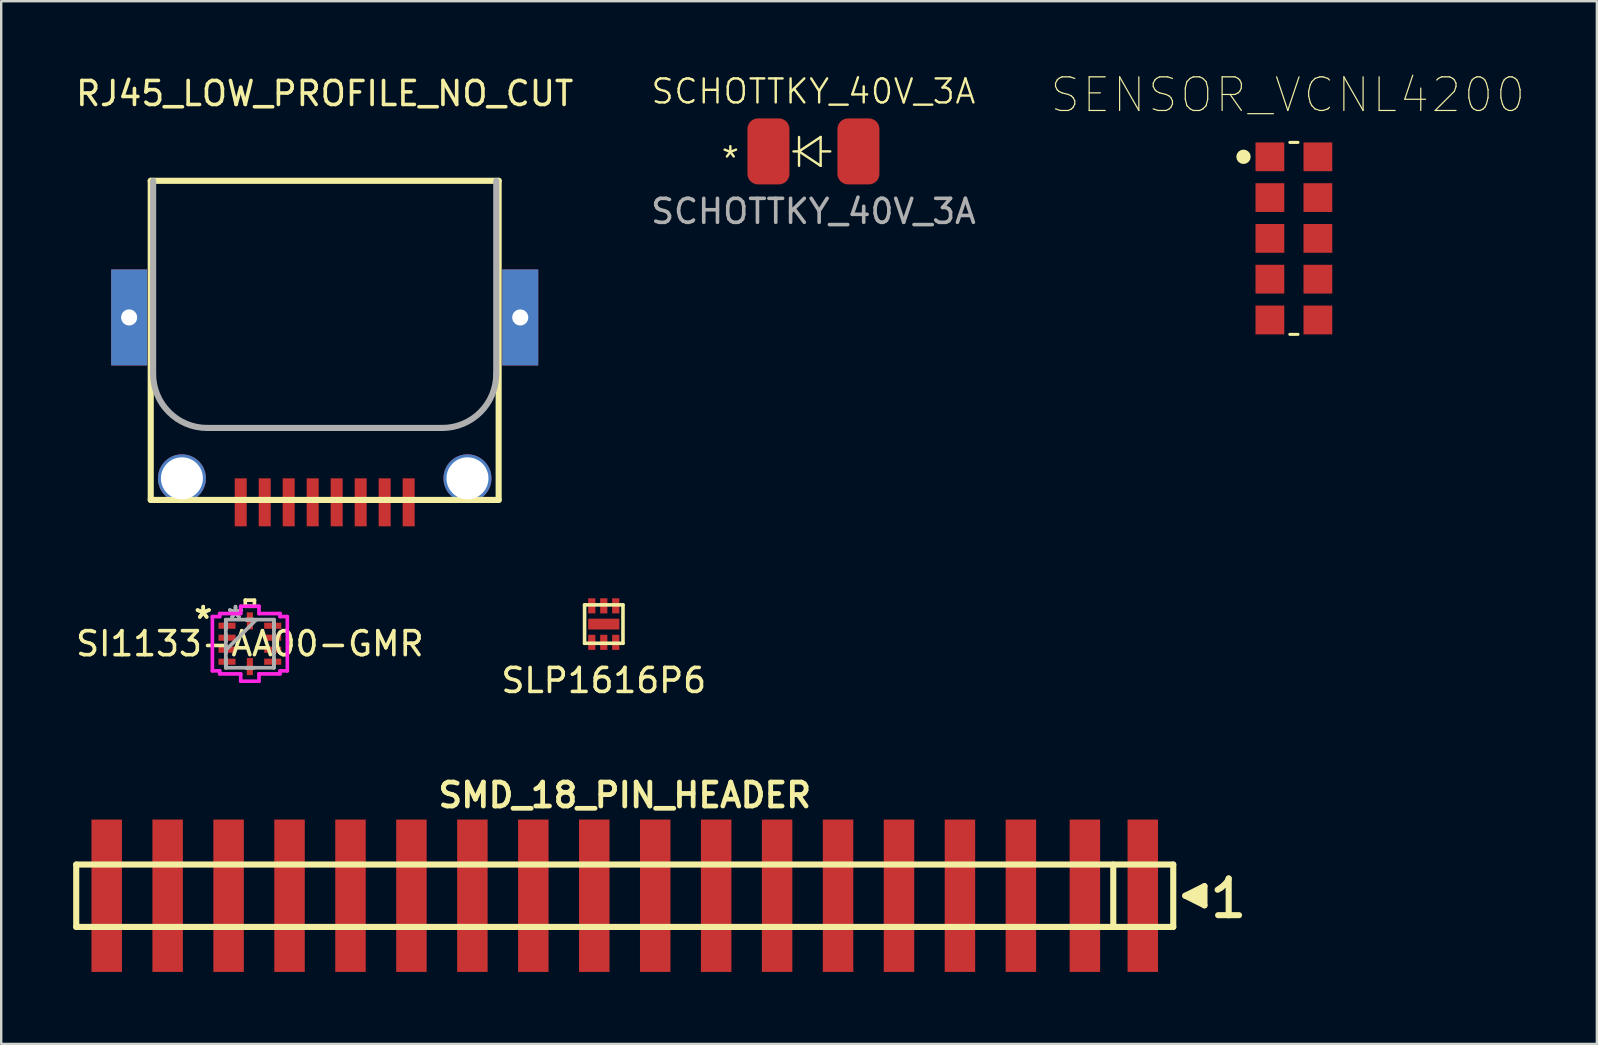
<source format=kicad_pcb>
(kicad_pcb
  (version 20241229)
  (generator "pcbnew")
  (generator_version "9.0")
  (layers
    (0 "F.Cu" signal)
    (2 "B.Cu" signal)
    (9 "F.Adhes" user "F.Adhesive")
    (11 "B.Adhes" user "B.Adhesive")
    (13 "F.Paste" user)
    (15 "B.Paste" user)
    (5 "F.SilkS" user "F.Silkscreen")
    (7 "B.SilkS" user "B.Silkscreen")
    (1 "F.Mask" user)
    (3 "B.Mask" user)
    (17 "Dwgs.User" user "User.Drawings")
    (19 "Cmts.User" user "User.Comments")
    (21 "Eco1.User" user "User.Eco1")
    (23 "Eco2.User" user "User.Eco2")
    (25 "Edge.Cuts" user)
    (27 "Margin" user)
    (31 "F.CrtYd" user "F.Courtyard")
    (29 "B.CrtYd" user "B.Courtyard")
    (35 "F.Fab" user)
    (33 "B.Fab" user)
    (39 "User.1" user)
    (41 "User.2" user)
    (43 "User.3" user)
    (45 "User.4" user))
  (footprint "SLP1616P6"
    (layer "F.Cu")
    (at 22.113 22.96)
    (property "Reference" "SLP1616P6" (at 0 2.35 0) (layer "F.SilkS") (effects (font (size 1 1) (thickness 0.15))))
    (attr through_hole)
    (fp_line (start -0.8 -0.8) (end -0.8 0.8) (stroke (width 0.15) (type solid)) (layer "F.SilkS"))
    (fp_line (start -0.8 0.8) (end 0.8 0.8) (stroke (width 0.15) (type solid)) (layer "F.SilkS"))
    (fp_line (start 0.8 -0.8) (end -0.8 -0.8) (stroke (width 0.15) (type solid)) (layer "F.SilkS"))
    (fp_line (start 0.8 0.8) (end 0.8 -0.8) (stroke (width 0.15) (type solid)) (layer "F.SilkS"))
    (pad "1" smd rect (at -0.5 -0.76) (size 0.3 0.63) (layers "F.Cu" "F.Mask" "F.Paste"))
    (pad "2" smd rect (at 0 -0.76) (size 0.3 0.63) (layers "F.Cu" "F.Mask" "F.Paste"))
    (pad "3" smd rect (at 0.5 -0.76) (size 0.3 0.63) (layers "F.Cu" "F.Mask" "F.Paste"))
    (pad "4" smd rect (at 0.5 0.76) (size 0.3 0.63) (layers "F.Cu" "F.Mask" "F.Paste"))
    (pad "5" smd rect (at 0 0.76) (size 0.3 0.63) (layers "F.Cu" "F.Mask" "F.Paste"))
    (pad "6" smd rect (at -0.5 0.76) (size 0.3 0.63) (layers "F.Cu" "F.Mask" "F.Paste"))
    (pad "7" smd rect (at 0 0) (size 1.3 0.45) (layers "F.Cu" "F.Mask" "F.Paste")))
  (footprint "SI1133-AA00-GMR"
    (layer "F.Cu")
    (at 7.363 23.778)
    (property "Reference" "SI1133-AA00-GMR" (at 0 0 0) (layer "F.SilkS") (effects (font (size 1 1) (thickness 0.15))))
    (attr through_hole)
    (fp_line (start -0.191 -1.816) (end 0.191 -1.816) (stroke (width 0.152) (type solid)) (layer "F.SilkS"))
    (fp_line (start -0.191 -1.562) (end -0.191 -1.816) (stroke (width 0.152) (type solid)) (layer "F.SilkS"))
    (fp_line (start 0.191 -1.816) (end 0.191 -1.562) (stroke (width 0.152) (type solid)) (layer "F.SilkS"))
    (fp_line (start 0.191 -1.562) (end -0.191 -1.562) (stroke (width 0.152) (type solid)) (layer "F.SilkS"))
    (fp_line (start -1.562 -1.131) (end -1.257 -1.131) (stroke (width 0.152) (type solid)) (layer "F.CrtYd"))
    (fp_line (start -1.562 1.131) (end -1.562 -1.131) (stroke (width 0.152) (type solid)) (layer "F.CrtYd"))
    (fp_line (start -1.257 -1.257) (end -0.381 -1.257) (stroke (width 0.152) (type solid)) (layer "F.CrtYd"))
    (fp_line (start -1.257 -1.131) (end -1.257 -1.257) (stroke (width 0.152) (type solid)) (layer "F.CrtYd"))
    (fp_line (start -1.257 1.131) (end -1.562 1.131) (stroke (width 0.152) (type solid)) (layer "F.CrtYd"))
    (fp_line (start -1.257 1.257) (end -1.257 1.131) (stroke (width 0.152) (type solid)) (layer "F.CrtYd"))
    (fp_line (start -0.381 -1.562) (end 0.381 -1.562) (stroke (width 0.152) (type solid)) (layer "F.CrtYd"))
    (fp_line (start -0.381 -1.257) (end -0.381 -1.562) (stroke (width 0.152) (type solid)) (layer "F.CrtYd"))
    (fp_line (start -0.381 1.257) (end -1.257 1.257) (stroke (width 0.152) (type solid)) (layer "F.CrtYd"))
    (fp_line (start -0.381 1.562) (end -0.381 1.257) (stroke (width 0.152) (type solid)) (layer "F.CrtYd"))
    (fp_line (start 0.381 -1.562) (end 0.381 -1.257) (stroke (width 0.152) (type solid)) (layer "F.CrtYd"))
    (fp_line (start 0.381 -1.257) (end 1.257 -1.257) (stroke (width 0.152) (type solid)) (layer "F.CrtYd"))
    (fp_line (start 0.381 1.257) (end 0.381 1.562) (stroke (width 0.152) (type solid)) (layer "F.CrtYd"))
    (fp_line (start 0.381 1.562) (end -0.381 1.562) (stroke (width 0.152) (type solid)) (layer "F.CrtYd"))
    (fp_line (start 1.257 -1.257) (end 1.257 -1.131) (stroke (width 0.152) (type solid)) (layer "F.CrtYd"))
    (fp_line (start 1.257 -1.131) (end 1.562 -1.131) (stroke (width 0.152) (type solid)) (layer "F.CrtYd"))
    (fp_line (start 1.257 1.131) (end 1.257 1.257) (stroke (width 0.152) (type solid)) (layer "F.CrtYd"))
    (fp_line (start 1.257 1.257) (end 0.381 1.257) (stroke (width 0.152) (type solid)) (layer "F.CrtYd"))
    (fp_line (start 1.562 -1.131) (end 1.562 1.131) (stroke (width 0.152) (type solid)) (layer "F.CrtYd"))
    (fp_line (start 1.562 1.131) (end 1.257 1.131) (stroke (width 0.152) (type solid)) (layer "F.CrtYd"))
    (fp_line (start -1.003 -1.003) (end -1.003 -1.003) (stroke (width 0.152) (type solid)) (layer "F.Fab"))
    (fp_line (start -1.003 -1.003) (end -1.003 1.003) (stroke (width 0.152) (type solid)) (layer "F.Fab"))
    (fp_line (start -1.003 -0.902) (end -1.003 -0.902) (stroke (width 0.152) (type solid)) (layer "F.Fab"))
    (fp_line (start -1.003 -0.902) (end -1.003 -0.598) (stroke (width 0.152) (type solid)) (layer "F.Fab"))
    (fp_line (start -1.003 -0.598) (end -1.003 -0.902) (stroke (width 0.152) (type solid)) (layer "F.Fab"))
    (fp_line (start -1.003 -0.598) (end -1.003 -0.598) (stroke (width 0.152) (type solid)) (layer "F.Fab"))
    (fp_line (start -1.003 -0.402) (end -1.003 -0.402) (stroke (width 0.152) (type solid)) (layer "F.Fab"))
    (fp_line (start -1.003 -0.402) (end -1.003 -0.098) (stroke (width 0.152) (type solid)) (layer "F.Fab"))
    (fp_line (start -1.003 -0.098) (end -1.003 -0.402) (stroke (width 0.152) (type solid)) (layer "F.Fab"))
    (fp_line (start -1.003 -0.098) (end -1.003 -0.098) (stroke (width 0.152) (type solid)) (layer "F.Fab"))
    (fp_line (start -1.003 0.098) (end -1.003 0.098) (stroke (width 0.152) (type solid)) (layer "F.Fab"))
    (fp_line (start -1.003 0.098) (end -1.003 0.402) (stroke (width 0.152) (type solid)) (layer "F.Fab"))
    (fp_line (start -1.003 0.267) (end 0.267 -1.003) (stroke (width 0.152) (type solid)) (layer "F.Fab"))
    (fp_line (start -1.003 0.402) (end -1.003 0.098) (stroke (width 0.152) (type solid)) (layer "F.Fab"))
    (fp_line (start -1.003 0.402) (end -1.003 0.402) (stroke (width 0.152) (type solid)) (layer "F.Fab"))
    (fp_line (start -1.003 0.598) (end -1.003 0.598) (stroke (width 0.152) (type solid)) (layer "F.Fab"))
    (fp_line (start -1.003 0.598) (end -1.003 0.902) (stroke (width 0.152) (type solid)) (layer "F.Fab"))
    (fp_line (start -1.003 0.902) (end -1.003 0.598) (stroke (width 0.152) (type solid)) (layer "F.Fab"))
    (fp_line (start -1.003 0.902) (end -1.003 0.902) (stroke (width 0.152) (type solid)) (layer "F.Fab"))
    (fp_line (start -1.003 1.003) (end -1.003 1.003) (stroke (width 0.152) (type solid)) (layer "F.Fab"))
    (fp_line (start -1.003 1.003) (end 1.003 1.003) (stroke (width 0.152) (type solid)) (layer "F.Fab"))
    (fp_line (start -0.152 -1.003) (end -0.152 -1.003) (stroke (width 0.152) (type solid)) (layer "F.Fab"))
    (fp_line (start -0.152 -1.003) (end 0.152 -1.003) (stroke (width 0.152) (type solid)) (layer "F.Fab"))
    (fp_line (start -0.152 1.003) (end -0.152 1.003) (stroke (width 0.152) (type solid)) (layer "F.Fab"))
    (fp_line (start -0.152 1.003) (end 0.152 1.003) (stroke (width 0.152) (type solid)) (layer "F.Fab"))
    (fp_line (start 0.152 -1.003) (end -0.152 -1.003) (stroke (width 0.152) (type solid)) (layer "F.Fab"))
    (fp_line (start 0.152 -1.003) (end 0.152 -1.003) (stroke (width 0.152) (type solid)) (layer "F.Fab"))
    (fp_line (start 0.152 1.003) (end -0.152 1.003) (stroke (width 0.152) (type solid)) (layer "F.Fab"))
    (fp_line (start 0.152 1.003) (end 0.152 1.003) (stroke (width 0.152) (type solid)) (layer "F.Fab"))
    (fp_line (start 1.003 -1.003) (end -1.003 -1.003) (stroke (width 0.152) (type solid)) (layer "F.Fab"))
    (fp_line (start 1.003 -1.003) (end 1.003 -1.003) (stroke (width 0.152) (type solid)) (layer "F.Fab"))
    (fp_line (start 1.003 -0.902) (end 1.003 -0.902) (stroke (width 0.152) (type solid)) (layer "F.Fab"))
    (fp_line (start 1.003 -0.902) (end 1.003 -0.598) (stroke (width 0.152) (type solid)) (layer "F.Fab"))
    (fp_line (start 1.003 -0.598) (end 1.003 -0.902) (stroke (width 0.152) (type solid)) (layer "F.Fab"))
    (fp_line (start 1.003 -0.598) (end 1.003 -0.598) (stroke (width 0.152) (type solid)) (layer "F.Fab"))
    (fp_line (start 1.003 -0.402) (end 1.003 -0.402) (stroke (width 0.152) (type solid)) (layer "F.Fab"))
    (fp_line (start 1.003 -0.402) (end 1.003 -0.098) (stroke (width 0.152) (type solid)) (layer "F.Fab"))
    (fp_line (start 1.003 -0.098) (end 1.003 -0.402) (stroke (width 0.152) (type solid)) (layer "F.Fab"))
    (fp_line (start 1.003 -0.098) (end 1.003 -0.098) (stroke (width 0.152) (type solid)) (layer "F.Fab"))
    (fp_line (start 1.003 0.098) (end 1.003 0.098) (stroke (width 0.152) (type solid)) (layer "F.Fab"))
    (fp_line (start 1.003 0.098) (end 1.003 0.402) (stroke (width 0.152) (type solid)) (layer "F.Fab"))
    (fp_line (start 1.003 0.402) (end 1.003 0.098) (stroke (width 0.152) (type solid)) (layer "F.Fab"))
    (fp_line (start 1.003 0.402) (end 1.003 0.402) (stroke (width 0.152) (type solid)) (layer "F.Fab"))
    (fp_line (start 1.003 0.598) (end 1.003 0.598) (stroke (width 0.152) (type solid)) (layer "F.Fab"))
    (fp_line (start 1.003 0.598) (end 1.003 0.902) (stroke (width 0.152) (type solid)) (layer "F.Fab"))
    (fp_line (start 1.003 0.902) (end 1.003 0.598) (stroke (width 0.152) (type solid)) (layer "F.Fab"))
    (fp_line (start 1.003 0.902) (end 1.003 0.902) (stroke (width 0.152) (type solid)) (layer "F.Fab"))
    (fp_line (start 1.003 1.003) (end 1.003 -1.003) (stroke (width 0.152) (type solid)) (layer "F.Fab"))
    (fp_line (start 1.003 1.003) (end 1.003 1.003) (stroke (width 0.152) (type solid)) (layer "F.Fab"))
    (fp_text user "*" (at -1.943 -1 0) (layer "F.SilkS") (effects (font (size 1 1) (thickness 0.15))))
    (fp_text user "*" (at -1.943 -1 0) (layer "F.SilkS") (effects (font (size 1 1) (thickness 0.15))))
    (fp_text user "Copyright 2016 Accelerated Designs. All rights reserved." (at 0 0 0) (layer "Cmts.User") (effects (font (size 0.127 0.127) (thickness 0.002))))
    (fp_text user "*" (at -0.597 -1 0) (layer "F.Fab") (effects (font (size 1 1) (thickness 0.15))))
    (fp_text user "*" (at -0.597 -1 0) (layer "F.Fab") (effects (font (size 1 1) (thickness 0.15))))
    (pad "1" smd rect (at -0.953 -0.75 90) (size 0.254 0.711) (layers "F.Cu" "F.Mask" "F.Paste"))
    (pad "2" smd rect (at -0.953 -0.25 90) (size 0.254 0.711) (layers "F.Cu" "F.Mask" "F.Paste"))
    (pad "3" smd rect (at -0.953 0.25 90) (size 0.254 0.711) (layers "F.Cu" "F.Mask" "F.Paste"))
    (pad "4" smd rect (at -0.953 0.75 90) (size 0.254 0.711) (layers "F.Cu" "F.Mask" "F.Paste"))
    (pad "5" smd rect (at 0 0.953) (size 0.254 0.711) (layers "F.Cu" "F.Mask" "F.Paste"))
    (pad "6" smd rect (at 0.953 0.75 90) (size 0.254 0.711) (layers "F.Cu" "F.Mask" "F.Paste"))
    (pad "7" smd rect (at 0.953 0.25 90) (size 0.254 0.711) (layers "F.Cu" "F.Mask" "F.Paste"))
    (pad "8" smd rect (at 0.953 -0.25 90) (size 0.254 0.711) (layers "F.Cu" "F.Mask" "F.Paste"))
    (pad "9" smd rect (at 0.953 -0.75 90) (size 0.254 0.711) (layers "F.Cu" "F.Mask" "F.Paste"))
    (pad "10" smd rect (at 0 -0.953) (size 0.254 0.711) (layers "F.Cu" "F.Mask" "F.Paste")))
  (footprint "SMD_18_PIN_HEADER"
    (layer "F.Cu")
    (at 22.987 34.281)
    (property "Reference" "SMD_18_PIN_HEADER" (at 0 -4.191 0) (layer "F.SilkS") (effects (font (size 0.998 0.998) (thickness 0.198))))
    (attr through_hole)
    (fp_line (start -22.86 -1.3) (end 22.86 -1.3) (stroke (width 0.254) (type solid)) (layer "F.SilkS"))
    (fp_line (start -22.86 1.3) (end -22.86 -1.3) (stroke (width 0.254) (type solid)) (layer "F.SilkS"))
    (fp_line (start 20.36 1.3) (end 20.36 -1.3) (stroke (width 0.254) (type solid)) (layer "F.SilkS"))
    (fp_line (start 22.86 -1.3) (end 22.86 1.3) (stroke (width 0.254) (type solid)) (layer "F.SilkS"))
    (fp_line (start 22.86 1.3) (end -22.86 1.3) (stroke (width 0.254) (type solid)) (layer "F.SilkS"))
    (fp_line (start 23.36 0) (end 24.16 0.4) (stroke (width 0.254) (type solid)) (layer "F.SilkS"))
    (fp_line (start 23.66 0.1) (end 23.66 -0.1) (stroke (width 0.254) (type solid)) (layer "F.SilkS"))
    (fp_line (start 23.76 -0.1) (end 23.76 0.1) (stroke (width 0.254) (type solid)) (layer "F.SilkS"))
    (fp_line (start 23.86 0.2) (end 23.86 -0.2) (stroke (width 0.254) (type solid)) (layer "F.SilkS"))
    (fp_line (start 23.96 -0.2) (end 23.96 0.2) (stroke (width 0.254) (type solid)) (layer "F.SilkS"))
    (fp_line (start 24.06 0.3) (end 24.06 -0.3) (stroke (width 0.254) (type solid)) (layer "F.SilkS"))
    (fp_line (start 24.16 -0.4) (end 23.36 0) (stroke (width 0.254) (type solid)) (layer "F.SilkS"))
    (fp_line (start 24.16 0.4) (end 24.16 -0.4) (stroke (width 0.254) (type solid)) (layer "F.SilkS"))
    (fp_line (start 24.71 -0.25) (end 24.84 -0.33) (stroke (width 0.254) (type solid)) (layer "F.SilkS"))
    (fp_line (start 24.84 -0.33) (end 25 -0.46) (stroke (width 0.254) (type solid)) (layer "F.SilkS"))
    (fp_line (start 25 -0.46) (end 25.14 -0.63) (stroke (width 0.254) (type solid)) (layer "F.SilkS"))
    (fp_line (start 25.14 -0.63) (end 25.17 -0.72) (stroke (width 0.254) (type solid)) (layer "F.SilkS"))
    (fp_line (start 25.17 -0.72) (end 25.17 0.81) (stroke (width 0.254) (type solid)) (layer "F.SilkS"))
    (fp_line (start 25.17 0.81) (end 24.73 0.81) (stroke (width 0.254) (type solid)) (layer "F.SilkS"))
    (fp_line (start 25.6 0.81) (end 25.16 0.81) (stroke (width 0.254) (type solid)) (layer "F.SilkS"))
    (pad "1" smd rect (at 21.59 0) (size 1.27 6.35) (layers "F.Cu" "F.Mask" "F.Paste"))
    (pad "2" smd rect (at 19.177 0) (size 1.27 6.35) (layers "F.Cu" "F.Mask" "F.Paste"))
    (pad "3" smd rect (at 16.51 0) (size 1.27 6.35) (layers "F.Cu" "F.Mask" "F.Paste"))
    (pad "4" smd rect (at 13.97 0) (size 1.27 6.35) (layers "F.Cu" "F.Mask" "F.Paste"))
    (pad "5" smd rect (at 11.43 0) (size 1.27 6.35) (layers "F.Cu" "F.Mask" "F.Paste"))
    (pad "6" smd rect (at 8.89 0) (size 1.27 6.35) (layers "F.Cu" "F.Mask" "F.Paste"))
    (pad "7" smd rect (at 6.35 0) (size 1.27 6.35) (layers "F.Cu" "F.Mask" "F.Paste"))
    (pad "8" smd rect (at 3.81 0) (size 1.27 6.35) (layers "F.Cu" "F.Mask" "F.Paste"))
    (pad "9" smd rect (at 1.27 0) (size 1.27 6.35) (layers "F.Cu" "F.Mask" "F.Paste"))
    (pad "10" smd rect (at -1.27 0) (size 1.27 6.35) (layers "F.Cu" "F.Mask" "F.Paste"))
    (pad "11" smd rect (at -3.81 0) (size 1.27 6.35) (layers "F.Cu" "F.Mask" "F.Paste"))
    (pad "12" smd rect (at -6.35 0) (size 1.27 6.35) (layers "F.Cu" "F.Mask" "F.Paste"))
    (pad "13" smd rect (at -8.89 0) (size 1.27 6.35) (layers "F.Cu" "F.Mask" "F.Paste"))
    (pad "14" smd rect (at -11.43 0) (size 1.27 6.35) (layers "F.Cu" "F.Mask" "F.Paste"))
    (pad "15" smd rect (at -13.97 0) (size 1.27 6.35) (layers "F.Cu" "F.Mask" "F.Paste"))
    (pad "16" smd rect (at -16.51 0) (size 1.27 6.35) (layers "F.Cu" "F.Mask" "F.Paste"))
    (pad "17" smd rect (at -19.05 0) (size 1.27 6.35) (layers "F.Cu" "F.Mask" "F.Paste"))
    (pad "18" smd rect (at -21.59 0) (size 1.27 6.35) (layers "F.Cu" "F.Mask" "F.Paste")))
  (footprint "RJ45_LOW_PROFILE_NO_CUT"
    (layer "F.Cu")
    (at 10.482 11.135)
    (property "Reference" "RJ45_LOW_PROFILE_NO_CUT" (at 0 -10.287 0) (layer "F.SilkS") (effects (font (size 1 1) (thickness 0.15))))
    (attr through_hole)
    (fp_line (start -7.25 -6.65) (end -7.25 6.65) (stroke (width 0.254) (type solid)) (layer "F.SilkS"))
    (fp_line (start -7.25 -6.65) (end 7.25 -6.65) (stroke (width 0.254) (type solid)) (layer "F.SilkS"))
    (fp_line (start -7.25 6.65) (end 7.25 6.65) (stroke (width 0.254) (type solid)) (layer "F.SilkS"))
    (fp_line (start 7.25 -6.65) (end 7.25 6.65) (stroke (width 0.254) (type solid)) (layer "F.SilkS"))
    (fp_line (start -7.15 -6.65) (end -7.15 1.4) (stroke (width 0.254) (type solid)) (layer "F.Fab"))
    (fp_line (start -4.9 3.65) (end 4.9 3.65) (stroke (width 0.254) (type solid)) (layer "F.Fab"))
    (fp_line (start 7.15 1.4) (end 7.15 -6.65) (stroke (width 0.254) (type solid)) (layer "F.Fab"))
    (fp_arc (start -4.9 3.65) (mid -6.49099 2.99099) (end -7.15 1.4) (stroke (width 0.254) (type solid)) (layer "F.Fab"))
    (fp_arc (start 7.15 1.4) (mid 6.49099 2.99099) (end 4.9 3.65) (stroke (width 0.254) (type solid)) (layer "F.Fab"))
    (pad "" np_thru_hole circle (at -5.95 5.75) (size 2 2) (drill 1.75) (layers "*.Cu" "*.Mask"))
    (pad "" np_thru_hole circle (at 5.95 5.75) (size 2 2) (drill 1.75) (layers "*.Cu" "*.Mask"))
    (pad "1" smd rect (at 3.5 6.75) (size 0.5 2) (layers "F.Cu" "F.Mask" "F.Paste"))
    (pad "2" smd rect (at 2.5 6.75) (size 0.5 2) (layers "F.Cu" "F.Mask" "F.Paste"))
    (pad "3" smd rect (at 1.5 6.75) (size 0.5 2) (layers "F.Cu" "F.Mask" "F.Paste"))
    (pad "4" smd rect (at 0.5 6.75) (size 0.5 2) (layers "F.Cu" "F.Mask" "F.Paste"))
    (pad "5" smd rect (at -0.5 6.75) (size 0.5 2) (layers "F.Cu" "F.Mask" "F.Paste"))
    (pad "6" smd rect (at -1.5 6.75) (size 0.5 2) (layers "F.Cu" "F.Mask" "F.Paste"))
    (pad "7" smd rect (at -2.5 6.75) (size 0.5 2) (layers "F.Cu" "F.Mask" "F.Paste"))
    (pad "8" smd rect (at -3.5 6.75) (size 0.5 2) (layers "F.Cu" "F.Mask" "F.Paste"))
    (pad "9" thru_hole rect (at -8.15 -0.955) (size 1.5 4) (drill 0.67) (layers "*.Cu" "*.Mask"))
    (pad "9" thru_hole rect (at 8.15 -0.955) (size 1.5 4) (drill 0.67) (layers "*.Cu" "*.Mask")))
  (footprint "SENSOR_VCNL4200"
    (layer "F.Cu")
    (at 50.875 6.885)
    (property "Reference" "SENSOR_VCNL4200" (at -0.254 -5.977 0) (layer "F.SilkS") (effects (font (size 1.402 1.402) (thickness 0.05))))
    (attr smd)
    (fp_line (start -0.17 -4) (end 0.17 -4) (stroke (width 0.127) (type solid)) (layer "F.SilkS"))
    (fp_line (start -0.17 4) (end 0.17 4) (stroke (width 0.127) (type solid)) (layer "F.SilkS"))
    (fp_circle (center -2.1 -3.4) (end -1.95 -3.4) (stroke (width 0.3) (type solid)) (fill no) (layer "F.SilkS"))
    (fp_line (start -1.85 -4.25) (end 1.85 -4.25) (stroke (width 0.05) (type solid)) (layer "Eco1.User"))
    (fp_line (start -1.85 4.25) (end -1.85 -4.25) (stroke (width 0.05) (type solid)) (layer "Eco1.User"))
    (fp_line (start 1.85 -4.25) (end 1.85 4.25) (stroke (width 0.05) (type solid)) (layer "Eco1.User"))
    (fp_line (start 1.85 4.25) (end -1.85 4.25) (stroke (width 0.05) (type solid)) (layer "Eco1.User"))
    (fp_line (start -1.5 -4) (end 1.5 -4) (stroke (width 0.127) (type solid)) (layer "Eco2.User"))
    (fp_line (start -1.5 4) (end -1.5 -4) (stroke (width 0.127) (type solid)) (layer "Eco2.User"))
    (fp_line (start 1.5 -4) (end 1.5 4) (stroke (width 0.127) (type solid)) (layer "Eco2.User"))
    (fp_line (start 1.5 4) (end -1.5 4) (stroke (width 0.127) (type solid)) (layer "Eco2.User"))
    (fp_circle (center -2.1 -3.4) (end -1.95 -3.4) (stroke (width 0.3) (type solid)) (fill no) (layer "Eco2.User"))
    (pad "1" smd rect (at -1 -3.4) (size 1.2 1.2) (layers "F.Cu" "F.Mask" "F.Paste"))
    (pad "2" smd rect (at -1 -1.7) (size 1.2 1.2) (layers "F.Cu" "F.Mask" "F.Paste"))
    (pad "3" smd rect (at -1 0) (size 1.2 1.2) (layers "F.Cu" "F.Mask" "F.Paste"))
    (pad "4" smd rect (at -1 1.7) (size 1.2 1.2) (layers "F.Cu" "F.Mask" "F.Paste"))
    (pad "5" smd rect (at -1 3.4) (size 1.2 1.2) (layers "F.Cu" "F.Mask" "F.Paste"))
    (pad "6" smd rect (at 1 3.4) (size 1.2 1.2) (layers "F.Cu" "F.Mask" "F.Paste"))
    (pad "7" smd rect (at 1 1.7) (size 1.2 1.2) (layers "F.Cu" "F.Mask" "F.Paste"))
    (pad "8" smd rect (at 1 0) (size 1.2 1.2) (layers "F.Cu" "F.Mask" "F.Paste"))
    (pad "9" smd rect (at 1 -1.7) (size 1.2 1.2) (layers "F.Cu" "F.Mask" "F.Paste"))
    (pad "10" smd rect (at 1 -3.4) (size 1.2 1.2) (layers "F.Cu" "F.Mask" "F.Paste")))
  (footprint "SCHOTTKY_40V_3A"
    (layer "F.Cu")
    (at 30.851 3.26)
    (property "Reference" "SCHOTTKY_40V_3A" (at 0 -2.5 0) (unlocked yes) (layer "F.SilkS") (effects (font (size 1 1) (thickness 0.1))))
    (attr smd)
    (fp_line (start -0.62 0) (end -0.83 0) (stroke (width 0.1) (type default)) (layer "F.SilkS"))
    (fp_line (start -0.6 -0.6) (end -0.6 0.6) (stroke (width 0.1) (type default)) (layer "F.SilkS"))
    (fp_line (start -0.6 0) (end 0.3 -0.6) (stroke (width 0.1) (type default)) (layer "F.SilkS"))
    (fp_line (start 0.3 -0.6) (end 0.3 0.6) (stroke (width 0.1) (type default)) (layer "F.SilkS"))
    (fp_line (start 0.3 0.6) (end -0.6 0) (stroke (width 0.1) (type default)) (layer "F.SilkS"))
    (fp_line (start 0.335 0) (end 0.7 0) (stroke (width 0.1) (type default)) (layer "F.SilkS"))
    (fp_text user "*" (at -3.91 0.91 0) (unlocked yes) (layer "F.SilkS") (effects (font (size 1 1) (thickness 0.1)) (justify left bottom)))
    (fp_text user "${REFERENCE}" (at 0 2.5 0) (unlocked yes) (layer "F.Fab") (effects (font (size 1 1) (thickness 0.15))))
    (pad "1" smd roundrect (at -1.875 0) (size 1.75 2.75) (layers "F.Cu" "F.Mask" "F.Paste") (roundrect_rratio 0.25))
    (pad "2" smd roundrect (at 1.875 0) (size 1.75 2.75) (layers "F.Cu" "F.Mask" "F.Paste") (roundrect_rratio 0.25)))
  (gr_rect
    (start -3 -3)
    (end 63.502 40.456)
    (stroke (width 0.1) (type default))
    (fill no)
    (layer "Edge.Cuts")))
</source>
